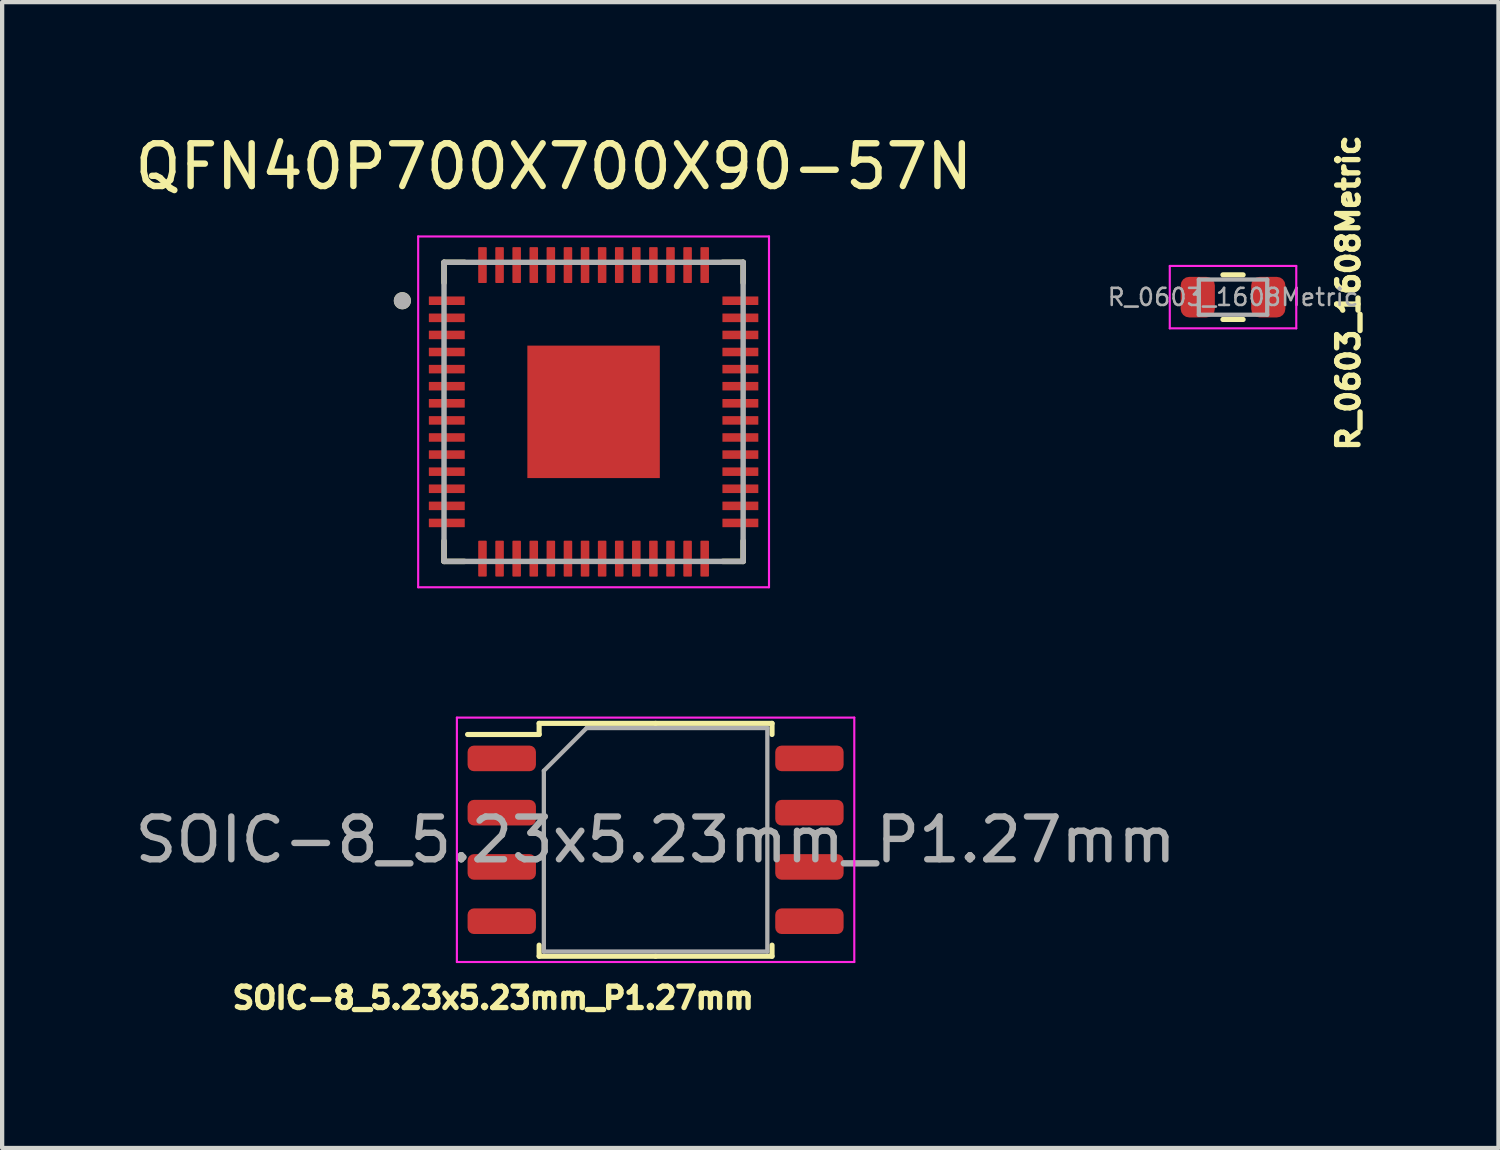
<source format=kicad_pcb>
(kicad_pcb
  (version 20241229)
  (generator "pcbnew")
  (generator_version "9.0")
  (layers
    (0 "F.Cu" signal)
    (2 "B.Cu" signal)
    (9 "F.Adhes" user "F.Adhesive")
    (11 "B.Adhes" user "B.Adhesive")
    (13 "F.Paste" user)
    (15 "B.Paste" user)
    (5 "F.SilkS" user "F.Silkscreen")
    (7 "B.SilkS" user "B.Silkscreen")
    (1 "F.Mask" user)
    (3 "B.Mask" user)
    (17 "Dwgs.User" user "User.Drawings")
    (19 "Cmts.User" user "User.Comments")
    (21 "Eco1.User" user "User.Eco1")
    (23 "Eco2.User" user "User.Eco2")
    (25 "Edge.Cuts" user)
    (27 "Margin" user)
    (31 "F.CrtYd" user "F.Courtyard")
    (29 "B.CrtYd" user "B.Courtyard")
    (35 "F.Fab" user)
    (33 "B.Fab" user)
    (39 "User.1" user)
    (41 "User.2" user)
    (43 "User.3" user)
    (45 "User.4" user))
  (footprint "QFN40P700X700X90-57N"
    (layer "F.Cu")
    (at 10.841 6.588)
    (property "Reference" "QFN40P700X700X90-57N" (at -0.93 -5.74 0) (layer "F.SilkS") (effects (font (size 1 1) (thickness 0.15))))
    (attr through_hole)
    (fp_line (start -3.5 -3.5) (end -3.5 -3.02) (stroke (width 0.127) (type solid)) (layer "F.SilkS"))
    (fp_line (start -3.5 -3.5) (end -3.02 -3.5) (stroke (width 0.127) (type solid)) (layer "F.SilkS"))
    (fp_line (start -3.5 3.5) (end -3.5 3.02) (stroke (width 0.127) (type solid)) (layer "F.SilkS"))
    (fp_line (start -3.5 3.5) (end -3.02 3.5) (stroke (width 0.127) (type solid)) (layer "F.SilkS"))
    (fp_line (start 3.5 -3.5) (end 3.02 -3.5) (stroke (width 0.127) (type solid)) (layer "F.SilkS"))
    (fp_line (start 3.5 -3.5) (end 3.5 -3.02) (stroke (width 0.127) (type solid)) (layer "F.SilkS"))
    (fp_line (start 3.5 3.5) (end 3.02 3.5) (stroke (width 0.127) (type solid)) (layer "F.SilkS"))
    (fp_line (start 3.5 3.5) (end 3.5 3.02) (stroke (width 0.127) (type solid)) (layer "F.SilkS"))
    (fp_circle (center -4.475 -2.6) (end -4.375 -2.6) (stroke (width 0.2) (type solid)) (fill no) (layer "F.SilkS"))
    (fp_poly (pts (xy -0.98 -0.98) (xy 0.98 -0.98) (xy 0.98 0.98) (xy -0.98 0.98)) (stroke (width 0.01) (type solid)) (fill yes) (layer "F.Paste"))
    (fp_line (start -4.105 -4.105) (end 4.105 -4.105) (stroke (width 0.05) (type solid)) (layer "F.CrtYd"))
    (fp_line (start -4.105 4.105) (end -4.105 -4.105) (stroke (width 0.05) (type solid)) (layer "F.CrtYd"))
    (fp_line (start -4.105 4.105) (end 4.105 4.105) (stroke (width 0.05) (type solid)) (layer "F.CrtYd"))
    (fp_line (start 4.105 4.105) (end 4.105 -4.105) (stroke (width 0.05) (type solid)) (layer "F.CrtYd"))
    (fp_line (start -3.5 3.5) (end -3.5 -3.5) (stroke (width 0.127) (type solid)) (layer "F.Fab"))
    (fp_line (start 3.5 -3.5) (end -3.5 -3.5) (stroke (width 0.127) (type solid)) (layer "F.Fab"))
    (fp_line (start 3.5 3.5) (end -3.5 3.5) (stroke (width 0.127) (type solid)) (layer "F.Fab"))
    (fp_line (start 3.5 3.5) (end 3.5 -3.5) (stroke (width 0.127) (type solid)) (layer "F.Fab"))
    (fp_circle (center -4.475 -2.6) (end -4.375 -2.6) (stroke (width 0.2) (type solid)) (fill no) (layer "F.Fab"))
    (pad "1" smd roundrect (at -3.435 -2.6) (size 0.84 0.2) (layers "F.Cu" "F.Mask" "F.Paste") (roundrect_rratio 0.03))
    (pad "2" smd roundrect (at -3.435 -2.2) (size 0.84 0.2) (layers "F.Cu" "F.Mask" "F.Paste") (roundrect_rratio 0.03))
    (pad "3" smd roundrect (at -3.435 -1.8) (size 0.84 0.2) (layers "F.Cu" "F.Mask" "F.Paste") (roundrect_rratio 0.03))
    (pad "4" smd roundrect (at -3.435 -1.4) (size 0.84 0.2) (layers "F.Cu" "F.Mask" "F.Paste") (roundrect_rratio 0.03))
    (pad "5" smd roundrect (at -3.435 -1) (size 0.84 0.2) (layers "F.Cu" "F.Mask" "F.Paste") (roundrect_rratio 0.03))
    (pad "6" smd roundrect (at -3.435 -0.6) (size 0.84 0.2) (layers "F.Cu" "F.Mask" "F.Paste") (roundrect_rratio 0.03))
    (pad "7" smd roundrect (at -3.435 -0.2) (size 0.84 0.2) (layers "F.Cu" "F.Mask" "F.Paste") (roundrect_rratio 0.03))
    (pad "8" smd roundrect (at -3.435 0.2) (size 0.84 0.2) (layers "F.Cu" "F.Mask" "F.Paste") (roundrect_rratio 0.03))
    (pad "9" smd roundrect (at -3.435 0.6) (size 0.84 0.2) (layers "F.Cu" "F.Mask" "F.Paste") (roundrect_rratio 0.03))
    (pad "10" smd roundrect (at -3.435 1) (size 0.84 0.2) (layers "F.Cu" "F.Mask" "F.Paste") (roundrect_rratio 0.03))
    (pad "11" smd roundrect (at -3.435 1.4) (size 0.84 0.2) (layers "F.Cu" "F.Mask" "F.Paste") (roundrect_rratio 0.03))
    (pad "12" smd roundrect (at -3.435 1.8) (size 0.84 0.2) (layers "F.Cu" "F.Mask" "F.Paste") (roundrect_rratio 0.03))
    (pad "13" smd roundrect (at -3.435 2.2) (size 0.84 0.2) (layers "F.Cu" "F.Mask" "F.Paste") (roundrect_rratio 0.03))
    (pad "14" smd roundrect (at -3.435 2.6) (size 0.84 0.2) (layers "F.Cu" "F.Mask" "F.Paste") (roundrect_rratio 0.03))
    (pad "15" smd roundrect (at -2.6 3.435) (size 0.2 0.84) (layers "F.Cu" "F.Mask" "F.Paste") (roundrect_rratio 0.1))
    (pad "16" smd roundrect (at -2.2 3.435) (size 0.2 0.84) (layers "F.Cu" "F.Mask" "F.Paste") (roundrect_rratio 0.1))
    (pad "17" smd roundrect (at -1.8 3.435) (size 0.2 0.84) (layers "F.Cu" "F.Mask" "F.Paste") (roundrect_rratio 0.1))
    (pad "18" smd roundrect (at -1.4 3.435) (size 0.2 0.84) (layers "F.Cu" "F.Mask" "F.Paste") (roundrect_rratio 0.1))
    (pad "19" smd roundrect (at -1 3.435) (size 0.2 0.84) (layers "F.Cu" "F.Mask" "F.Paste") (roundrect_rratio 0.1))
    (pad "20" smd roundrect (at -0.6 3.435) (size 0.2 0.84) (layers "F.Cu" "F.Mask" "F.Paste") (roundrect_rratio 0.1))
    (pad "21" smd roundrect (at -0.2 3.435) (size 0.2 0.84) (layers "F.Cu" "F.Mask" "F.Paste") (roundrect_rratio 0.1))
    (pad "22" smd roundrect (at 0.2 3.435) (size 0.2 0.84) (layers "F.Cu" "F.Mask" "F.Paste") (roundrect_rratio 0.1))
    (pad "23" smd roundrect (at 0.6 3.435) (size 0.2 0.84) (layers "F.Cu" "F.Mask" "F.Paste") (roundrect_rratio 0.1))
    (pad "24" smd roundrect (at 1 3.435) (size 0.2 0.84) (layers "F.Cu" "F.Mask" "F.Paste") (roundrect_rratio 0.1))
    (pad "25" smd roundrect (at 1.4 3.435) (size 0.2 0.84) (layers "F.Cu" "F.Mask" "F.Paste") (roundrect_rratio 0.1))
    (pad "26" smd roundrect (at 1.8 3.435) (size 0.2 0.84) (layers "F.Cu" "F.Mask" "F.Paste") (roundrect_rratio 0.1))
    (pad "27" smd roundrect (at 2.2 3.435) (size 0.2 0.84) (layers "F.Cu" "F.Mask" "F.Paste") (roundrect_rratio 0.1))
    (pad "28" smd roundrect (at 2.6 3.435) (size 0.2 0.84) (layers "F.Cu" "F.Mask" "F.Paste") (roundrect_rratio 0.1))
    (pad "29" smd roundrect (at 3.435 2.6) (size 0.84 0.2) (layers "F.Cu" "F.Mask" "F.Paste") (roundrect_rratio 0.03))
    (pad "30" smd roundrect (at 3.435 2.2) (size 0.84 0.2) (layers "F.Cu" "F.Mask" "F.Paste") (roundrect_rratio 0.03))
    (pad "31" smd roundrect (at 3.435 1.8) (size 0.84 0.2) (layers "F.Cu" "F.Mask" "F.Paste") (roundrect_rratio 0.03))
    (pad "32" smd roundrect (at 3.435 1.4) (size 0.84 0.2) (layers "F.Cu" "F.Mask" "F.Paste") (roundrect_rratio 0.03))
    (pad "33" smd roundrect (at 3.435 1) (size 0.84 0.2) (layers "F.Cu" "F.Mask" "F.Paste") (roundrect_rratio 0.03))
    (pad "34" smd roundrect (at 3.435 0.6) (size 0.84 0.2) (layers "F.Cu" "F.Mask" "F.Paste") (roundrect_rratio 0.03))
    (pad "35" smd roundrect (at 3.435 0.2) (size 0.84 0.2) (layers "F.Cu" "F.Mask" "F.Paste") (roundrect_rratio 0.03))
    (pad "36" smd roundrect (at 3.435 -0.2) (size 0.84 0.2) (layers "F.Cu" "F.Mask" "F.Paste") (roundrect_rratio 0.03))
    (pad "37" smd roundrect (at 3.435 -0.6) (size 0.84 0.2) (layers "F.Cu" "F.Mask" "F.Paste") (roundrect_rratio 0.03))
    (pad "38" smd roundrect (at 3.435 -1) (size 0.84 0.2) (layers "F.Cu" "F.Mask" "F.Paste") (roundrect_rratio 0.03))
    (pad "39" smd roundrect (at 3.435 -1.4) (size 0.84 0.2) (layers "F.Cu" "F.Mask" "F.Paste") (roundrect_rratio 0.03))
    (pad "40" smd roundrect (at 3.435 -1.8) (size 0.84 0.2) (layers "F.Cu" "F.Mask" "F.Paste") (roundrect_rratio 0.03))
    (pad "41" smd roundrect (at 3.435 -2.2) (size 0.84 0.2) (layers "F.Cu" "F.Mask" "F.Paste") (roundrect_rratio 0.03))
    (pad "42" smd roundrect (at 3.435 -2.6) (size 0.84 0.2) (layers "F.Cu" "F.Mask" "F.Paste") (roundrect_rratio 0.03))
    (pad "43" smd roundrect (at 2.6 -3.435) (size 0.2 0.84) (layers "F.Cu" "F.Mask" "F.Paste") (roundrect_rratio 0.1))
    (pad "44" smd roundrect (at 2.2 -3.435) (size 0.2 0.84) (layers "F.Cu" "F.Mask" "F.Paste") (roundrect_rratio 0.1))
    (pad "45" smd roundrect (at 1.8 -3.435) (size 0.2 0.84) (layers "F.Cu" "F.Mask" "F.Paste") (roundrect_rratio 0.1))
    (pad "46" smd roundrect (at 1.4 -3.435) (size 0.2 0.84) (layers "F.Cu" "F.Mask" "F.Paste") (roundrect_rratio 0.1))
    (pad "47" smd roundrect (at 1 -3.435) (size 0.2 0.84) (layers "F.Cu" "F.Mask" "F.Paste") (roundrect_rratio 0.1))
    (pad "48" smd roundrect (at 0.6 -3.435) (size 0.2 0.84) (layers "F.Cu" "F.Mask" "F.Paste") (roundrect_rratio 0.1))
    (pad "49" smd roundrect (at 0.2 -3.435) (size 0.2 0.84) (layers "F.Cu" "F.Mask" "F.Paste") (roundrect_rratio 0.1))
    (pad "50" smd roundrect (at -0.2 -3.435) (size 0.2 0.84) (layers "F.Cu" "F.Mask" "F.Paste") (roundrect_rratio 0.1))
    (pad "51" smd roundrect (at -0.6 -3.435) (size 0.2 0.84) (layers "F.Cu" "F.Mask" "F.Paste") (roundrect_rratio 0.1))
    (pad "52" smd roundrect (at -1 -3.435) (size 0.2 0.84) (layers "F.Cu" "F.Mask" "F.Paste") (roundrect_rratio 0.1))
    (pad "53" smd roundrect (at -1.4 -3.435) (size 0.2 0.84) (layers "F.Cu" "F.Mask" "F.Paste") (roundrect_rratio 0.1))
    (pad "54" smd roundrect (at -1.8 -3.435) (size 0.2 0.84) (layers "F.Cu" "F.Mask" "F.Paste") (roundrect_rratio 0.1))
    (pad "55" smd roundrect (at -2.2 -3.435) (size 0.2 0.84) (layers "F.Cu" "F.Mask" "F.Paste") (roundrect_rratio 0.1))
    (pad "56" smd roundrect (at -2.6 -3.435) (size 0.2 0.84) (layers "F.Cu" "F.Mask" "F.Paste") (roundrect_rratio 0.1))
    (pad "57" smd rect (at 0 0) (size 3.1 3.1) (layers "F.Cu" "F.Mask")))
  (footprint "R_0603_1608Metric"
    (layer "F.Cu")
    (at 25.805 3.904)
    (property "Reference" "R_0603_1608Metric" (at 2.7 -0.1 270) (layer "F.SilkS") (effects (font (size 0.5 0.5) (thickness 0.15))))
    (attr smd)
    (fp_line (start -0.237 -0.522) (end 0.237 -0.522) (stroke (width 0.12) (type solid)) (layer "F.SilkS"))
    (fp_line (start -0.237 0.522) (end 0.237 0.522) (stroke (width 0.12) (type solid)) (layer "F.SilkS"))
    (fp_line (start -1.48 -0.73) (end 1.48 -0.73) (stroke (width 0.05) (type solid)) (layer "F.CrtYd"))
    (fp_line (start -1.48 0.73) (end -1.48 -0.73) (stroke (width 0.05) (type solid)) (layer "F.CrtYd"))
    (fp_line (start 1.48 -0.73) (end 1.48 0.73) (stroke (width 0.05) (type solid)) (layer "F.CrtYd"))
    (fp_line (start 1.48 0.73) (end -1.48 0.73) (stroke (width 0.05) (type solid)) (layer "F.CrtYd"))
    (fp_line (start -0.8 -0.412) (end 0.8 -0.412) (stroke (width 0.1) (type solid)) (layer "F.Fab"))
    (fp_line (start -0.8 0.412) (end -0.8 -0.412) (stroke (width 0.1) (type solid)) (layer "F.Fab"))
    (fp_line (start 0.8 -0.412) (end 0.8 0.412) (stroke (width 0.1) (type solid)) (layer "F.Fab"))
    (fp_line (start 0.8 0.412) (end -0.8 0.412) (stroke (width 0.1) (type solid)) (layer "F.Fab"))
    (fp_text user "${REFERENCE}" (at 0 0 0) (layer "F.Fab") (effects (font (size 0.4 0.4) (thickness 0.06))))
    (pad "1" smd roundrect (at -0.825 0) (size 0.8 0.95) (layers "F.Cu" "F.Mask" "F.Paste") (roundrect_rratio 0.25))
    (pad "2" smd roundrect (at 0.825 0) (size 0.8 0.95) (layers "F.Cu" "F.Mask" "F.Paste") (roundrect_rratio 0.25)))
  (footprint "SOIC-8_5.23x5.23mm_P1.27mm"
    (layer "F.Cu")
    (at 12.292 16.603)
    (property "Reference" "SOIC-8_5.23x5.23mm_P1.27mm" (at -3.8 3.7 180) (layer "F.SilkS") (effects (font (size 0.5 0.5) (thickness 0.15))))
    (attr smd)
    (fp_line (start -2.725 -2.725) (end -2.725 -2.465) (stroke (width 0.12) (type solid)) (layer "F.SilkS"))
    (fp_line (start -2.725 -2.465) (end -4.4 -2.465) (stroke (width 0.12) (type solid)) (layer "F.SilkS"))
    (fp_line (start -2.725 2.725) (end -2.725 2.465) (stroke (width 0.12) (type solid)) (layer "F.SilkS"))
    (fp_line (start 0 -2.725) (end -2.725 -2.725) (stroke (width 0.12) (type solid)) (layer "F.SilkS"))
    (fp_line (start 0 -2.725) (end 2.725 -2.725) (stroke (width 0.12) (type solid)) (layer "F.SilkS"))
    (fp_line (start 0 2.725) (end -2.725 2.725) (stroke (width 0.12) (type solid)) (layer "F.SilkS"))
    (fp_line (start 0 2.725) (end 2.725 2.725) (stroke (width 0.12) (type solid)) (layer "F.SilkS"))
    (fp_line (start 2.725 -2.725) (end 2.725 -2.465) (stroke (width 0.12) (type solid)) (layer "F.SilkS"))
    (fp_line (start 2.725 2.725) (end 2.725 2.465) (stroke (width 0.12) (type solid)) (layer "F.SilkS"))
    (fp_line (start -4.65 -2.86) (end -4.65 2.86) (stroke (width 0.05) (type solid)) (layer "F.CrtYd"))
    (fp_line (start -4.65 2.86) (end 4.65 2.86) (stroke (width 0.05) (type solid)) (layer "F.CrtYd"))
    (fp_line (start 4.65 -2.86) (end -4.65 -2.86) (stroke (width 0.05) (type solid)) (layer "F.CrtYd"))
    (fp_line (start 4.65 2.86) (end 4.65 -2.86) (stroke (width 0.05) (type solid)) (layer "F.CrtYd"))
    (fp_line (start -2.615 -1.615) (end -1.615 -2.615) (stroke (width 0.1) (type solid)) (layer "F.Fab"))
    (fp_line (start -2.615 2.615) (end -2.615 -1.615) (stroke (width 0.1) (type solid)) (layer "F.Fab"))
    (fp_line (start -1.615 -2.615) (end 2.615 -2.615) (stroke (width 0.1) (type solid)) (layer "F.Fab"))
    (fp_line (start 2.615 -2.615) (end 2.615 2.615) (stroke (width 0.1) (type solid)) (layer "F.Fab"))
    (fp_line (start 2.615 2.615) (end -2.615 2.615) (stroke (width 0.1) (type solid)) (layer "F.Fab"))
    (fp_text user "${REFERENCE}" (at 0 0 180) (layer "F.Fab") (effects (font (size 1 1) (thickness 0.15))))
    (pad "1" smd roundrect (at -3.6 -1.905) (size 1.6 0.6) (layers "F.Cu" "F.Mask" "F.Paste") (roundrect_rratio 0.25))
    (pad "2" smd roundrect (at -3.6 -0.635) (size 1.6 0.6) (layers "F.Cu" "F.Mask" "F.Paste") (roundrect_rratio 0.25))
    (pad "3" smd roundrect (at -3.6 0.635) (size 1.6 0.6) (layers "F.Cu" "F.Mask" "F.Paste") (roundrect_rratio 0.25))
    (pad "4" smd roundrect (at -3.6 1.905) (size 1.6 0.6) (layers "F.Cu" "F.Mask" "F.Paste") (roundrect_rratio 0.25))
    (pad "5" smd roundrect (at 3.6 1.905) (size 1.6 0.6) (layers "F.Cu" "F.Mask" "F.Paste") (roundrect_rratio 0.25))
    (pad "6" smd roundrect (at 3.6 0.635) (size 1.6 0.6) (layers "F.Cu" "F.Mask" "F.Paste") (roundrect_rratio 0.25))
    (pad "7" smd roundrect (at 3.6 -0.635) (size 1.6 0.6) (layers "F.Cu" "F.Mask" "F.Paste") (roundrect_rratio 0.25))
    (pad "8" smd roundrect (at 3.6 -1.905) (size 1.6 0.6) (layers "F.Cu" "F.Mask" "F.Paste") (roundrect_rratio 0.25)))
  (gr_rect
    (start -3 -3)
    (end 32.017 23.815)
    (stroke (width 0.1) (type default))
    (fill no)
    (layer "Edge.Cuts")))
</source>
